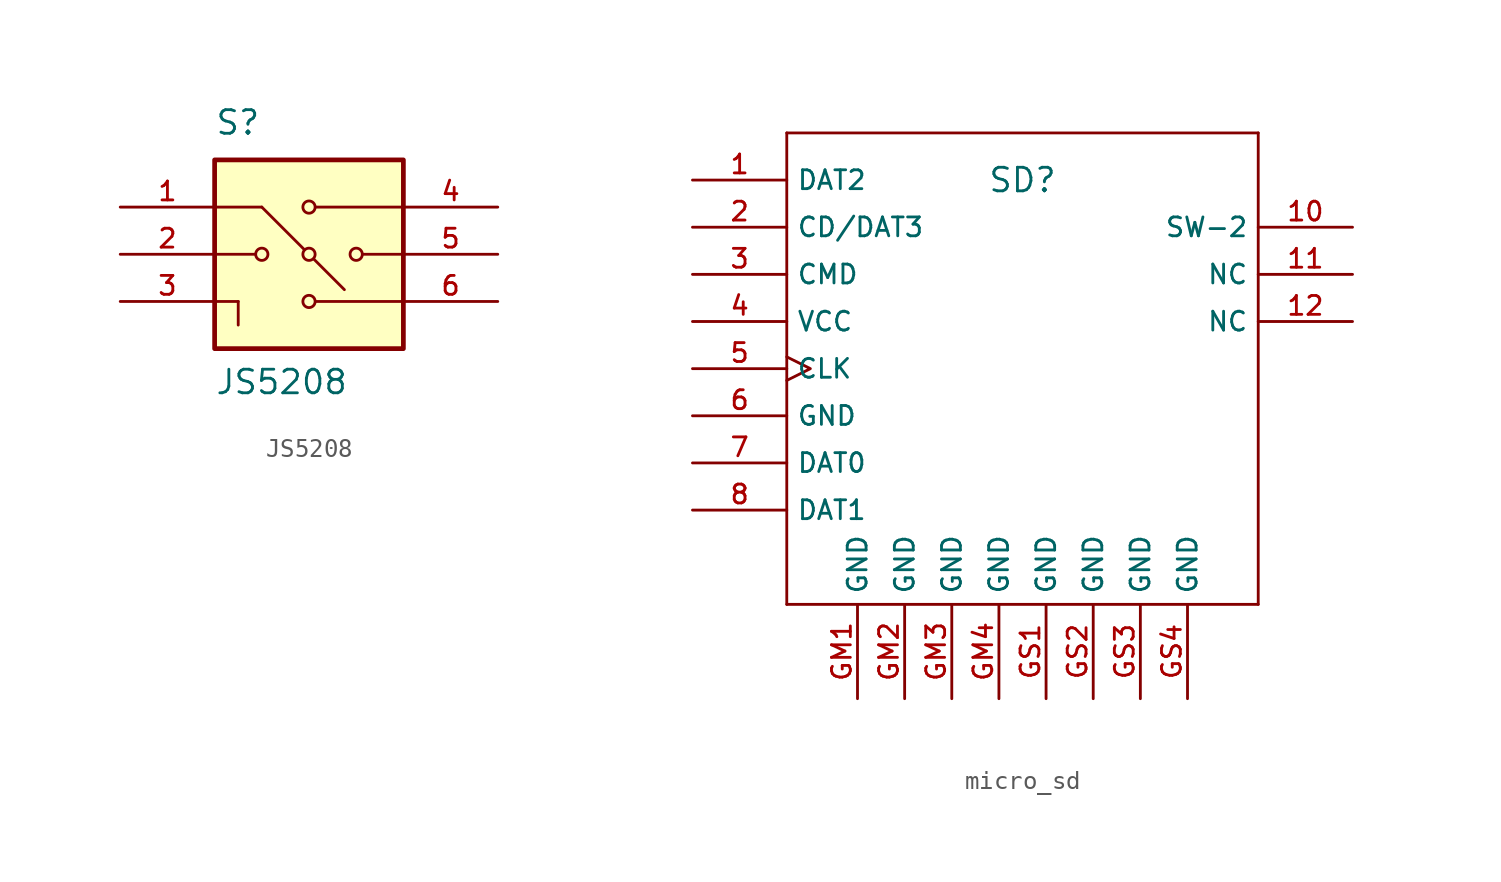
<source format=kicad_sym>
(kicad_symbol_lib
  (version 20220914)
  (generator kicad_symbol_editor)
  (symbol "JS5208"
    (pin_names
      (offset 1.016))
    (property "Reference" "S"
      (at -5.08 6.35 0)
      (effects (font (size 1.27 1.27)) (justify left bottom)))
    (property "Value" "JS5208"
      (at -5.08 -7.62 0)
      (effects (font (size 1.27 1.27)) (justify left bottom)))
    (symbol "JS5208_0_0"
      (rectangle (start -5.08 -5.08) (end 5.08 5.08) (stroke (width 0.254) (type default)) (fill (type background)))
      (circle (center -2.54 0) (radius 0.33) (stroke (width 0.152) (type default)) (fill (type none)))
      (circle (center 0 -2.54) (radius 0.33) (stroke (width 0.152) (type default)) (fill (type none)))
      (polyline (pts (xy -5.08 -2.54) (xy -3.81 -2.54)) (stroke (width 0.152) (type default)) (fill (type none)))
      (polyline (pts (xy -5.08 0) (xy -2.921 0)) (stroke (width 0.152) (type default)) (fill (type none)))
      (polyline (pts (xy -5.08 2.54) (xy -2.54 2.54)) (stroke (width 0.152) (type default)) (fill (type none)))
      (polyline (pts (xy -3.81 -2.54) (xy -3.81 -3.81)) (stroke (width 0.152) (type default)) (fill (type none)))
      (polyline (pts (xy -2.54 2.54) (xy -0.254 0.254)) (stroke (width 0.152) (type default)) (fill (type none)))
      (polyline (pts (xy 0.254 -0.254) (xy 1.905 -1.905)) (stroke (width 0.152) (type default)) (fill (type none)))
      (polyline (pts (xy 0.381 -2.54) (xy 5.08 -2.54)) (stroke (width 0.152) (type default)) (fill (type none)))
      (polyline (pts (xy 0.381 2.54) (xy 5.08 2.54)) (stroke (width 0.152) (type default)) (fill (type none)))
      (polyline (pts (xy 2.921 0) (xy 5.08 0)) (stroke (width 0.152) (type default)) (fill (type none)))
      (circle (center 0 0) (radius 0.33) (stroke (width 0.152) (type default)) (fill (type none)))
      (circle (center 0 2.54) (radius 0.33) (stroke (width 0.152) (type default)) (fill (type none)))
      (circle (center 2.54 0) (radius 0.33) (stroke (width 0.152) (type default)) (fill (type none)))
      (pin passive line (at -10.16 2.54 0) (length 5.08) (name "~" (effects (font (size 1.016 1.016)))) (number "1" (effects (font (size 1.016 1.016)))))
      (pin passive line (at -10.16 0 0) (length 5.08) (name "~" (effects (font (size 1.016 1.016)))) (number "2" (effects (font (size 1.016 1.016)))))
      (pin passive line (at -10.16 -2.54 0) (length 5.08) (name "~" (effects (font (size 1.016 1.016)))) (number "3" (effects (font (size 1.016 1.016)))))
      (pin passive line (at 10.16 2.54 180) (length 5.08) (name "~" (effects (font (size 1.016 1.016)))) (number "4" (effects (font (size 1.016 1.016)))))
      (pin passive line (at 10.16 0 180) (length 5.08) (name "~" (effects (font (size 1.016 1.016)))) (number "5" (effects (font (size 1.016 1.016)))))
      (pin passive line (at 10.16 -2.54 180) (length 5.08) (name "~" (effects (font (size 1.016 1.016)))) (number "6" (effects (font (size 1.016 1.016)))))))
  (symbol "micro_sd"
    (property "Reference" "SD"
      (at 0 0 0)
      (effects (font (size 1.27 1.27))))
    (property "Value" ""
      (at 0 0 0)
      (effects (font (size 1.27 1.27))))
    (symbol "micro_sd_0_0"
      (polyline (pts (xy -12.7 -22.86) (xy -12.7 2.54)) (stroke (width 0.152) (type solid)) (fill (type none)))
      (polyline (pts (xy -12.7 2.54) (xy 12.7 2.54)) (stroke (width 0.152) (type solid)) (fill (type none)))
      (polyline (pts (xy 12.7 -22.86) (xy -12.7 -22.86)) (stroke (width 0.152) (type solid)) (fill (type none)))
      (polyline (pts (xy 12.7 2.54) (xy 12.7 -22.86)) (stroke (width 0.152) (type solid)) (fill (type none)))
      (pin bidirectional line (at -17.78 0 0) (length 5.08) (name "DAT2" (effects (font (size 1.016 1.016)))) (number "1" (effects (font (size 1.016 1.016)))))
      (pin passive line (at 17.78 -2.54 180) (length 5.08) (name "SW-2" (effects (font (size 1.016 1.016)))) (number "10" (effects (font (size 1.016 1.016)))))
      (pin passive line (at 17.78 -5.08 180) (length 5.08) (name "NC" (effects (font (size 1.016 1.016)))) (number "11" (effects (font (size 1.016 1.016)))))
      (pin passive line (at 17.78 -7.62 180) (length 5.08) (name "NC" (effects (font (size 1.016 1.016)))) (number "12" (effects (font (size 1.016 1.016)))))
      (pin bidirectional line (at -17.78 -2.54 0) (length 5.08) (name "CD/DAT3" (effects (font (size 1.016 1.016)))) (number "2" (effects (font (size 1.016 1.016)))))
      (pin bidirectional line (at -17.78 -5.08 0) (length 5.08) (name "CMD" (effects (font (size 1.016 1.016)))) (number "3" (effects (font (size 1.016 1.016)))))
      (pin power_in line (at -17.78 -7.62 0) (length 5.08) (name "VCC" (effects (font (size 1.016 1.016)))) (number "4" (effects (font (size 1.016 1.016)))))
      (pin input clock (at -17.78 -10.16 0) (length 5.08) (name "CLK" (effects (font (size 1.016 1.016)))) (number "5" (effects (font (size 1.016 1.016)))))
      (pin power_in line (at -17.78 -12.7 0) (length 5.08) (name "GND" (effects (font (size 1.016 1.016)))) (number "6" (effects (font (size 1.016 1.016)))))
      (pin bidirectional line (at -17.78 -15.24 0) (length 5.08) (name "DAT0" (effects (font (size 1.016 1.016)))) (number "7" (effects (font (size 1.016 1.016)))))
      (pin bidirectional line (at -17.78 -17.78 0) (length 5.08) (name "DAT1" (effects (font (size 1.016 1.016)))) (number "8" (effects (font (size 1.016 1.016)))))
      (pin power_in line (at -8.89 -27.94 90) (length 5.08) (name "GND" (effects (font (size 1.016 1.016)))) (number "GM1" (effects (font (size 1.016 1.016)))))
      (pin power_in line (at -6.35 -27.94 90) (length 5.08) (name "GND" (effects (font (size 1.016 1.016)))) (number "GM2" (effects (font (size 1.016 1.016)))))
      (pin power_in line (at -3.81 -27.94 90) (length 5.08) (name "GND" (effects (font (size 1.016 1.016)))) (number "GM3" (effects (font (size 1.016 1.016)))))
      (pin power_in line (at -1.27 -27.94 90) (length 5.08) (name "GND" (effects (font (size 1.016 1.016)))) (number "GM4" (effects (font (size 1.016 1.016)))))
      (pin power_in line (at 1.27 -27.94 90) (length 5.08) (name "GND" (effects (font (size 1.016 1.016)))) (number "GS1" (effects (font (size 1.016 1.016)))))
      (pin power_in line (at 3.81 -27.94 90) (length 5.08) (name "GND" (effects (font (size 1.016 1.016)))) (number "GS2" (effects (font (size 1.016 1.016)))))
      (pin power_in line (at 6.35 -27.94 90) (length 5.08) (name "GND" (effects (font (size 1.016 1.016)))) (number "GS3" (effects (font (size 1.016 1.016)))))
      (pin power_in line (at 8.89 -27.94 90) (length 5.08) (name "GND" (effects (font (size 1.016 1.016)))) (number "GS4" (effects (font (size 1.016 1.016))))))))
</source>
